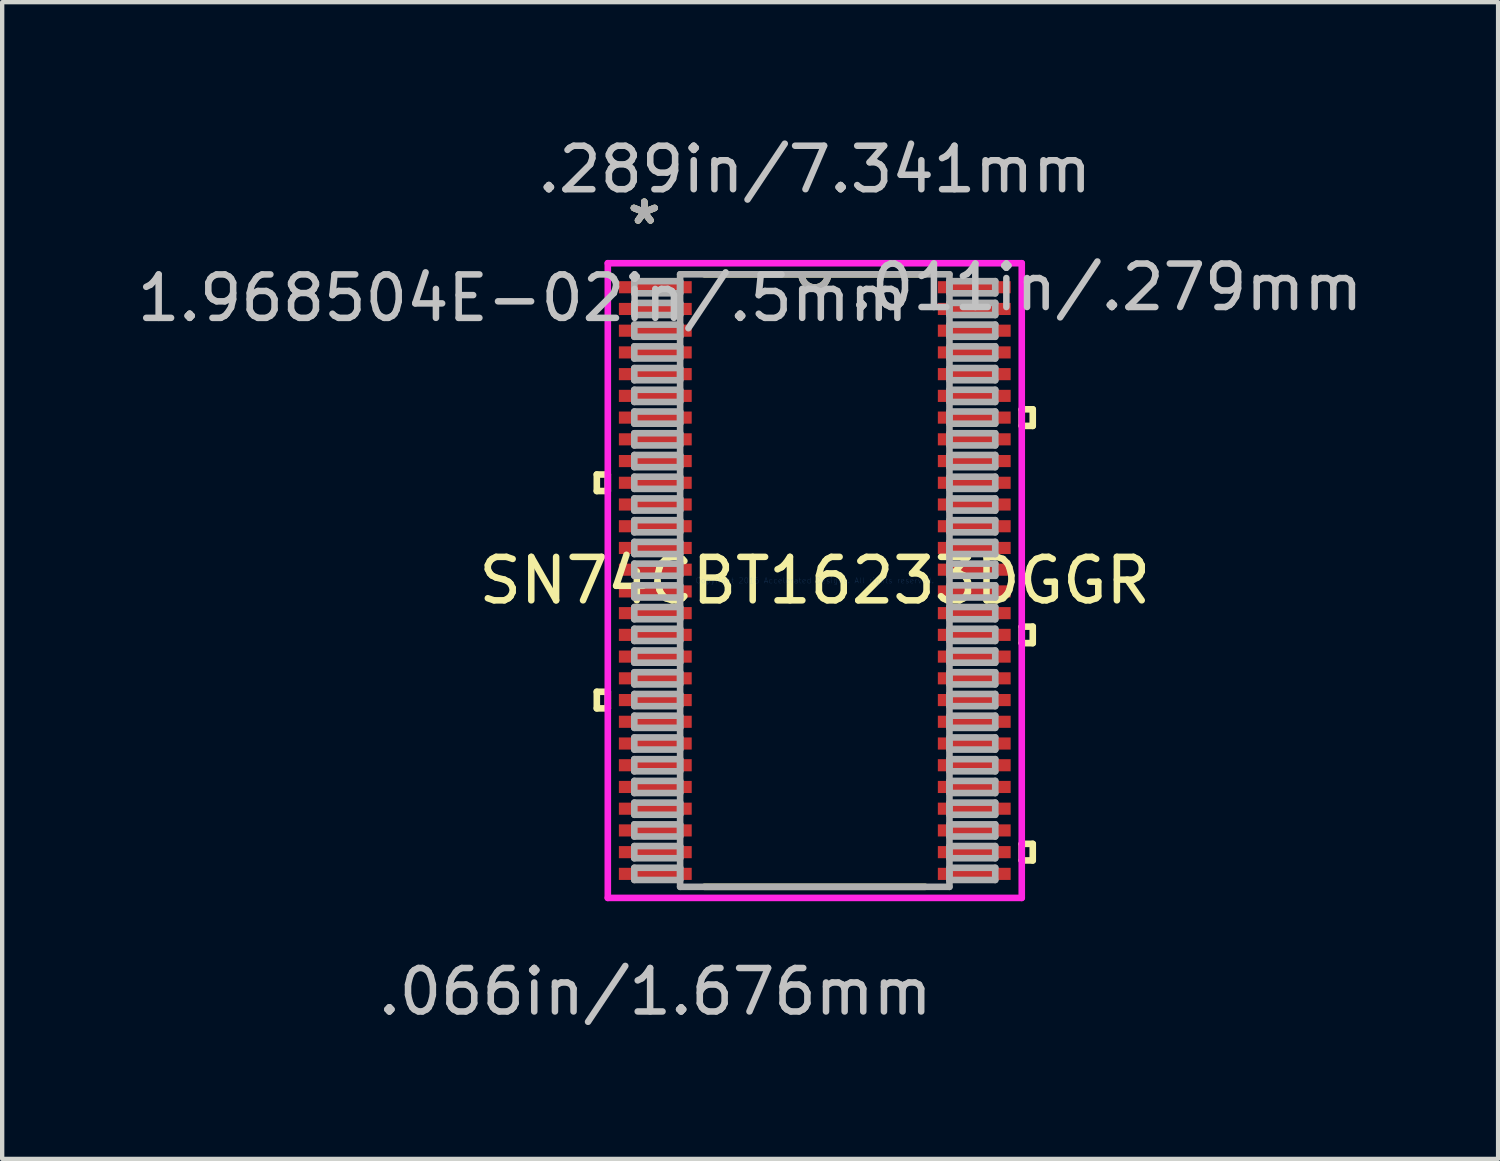
<source format=kicad_pcb>
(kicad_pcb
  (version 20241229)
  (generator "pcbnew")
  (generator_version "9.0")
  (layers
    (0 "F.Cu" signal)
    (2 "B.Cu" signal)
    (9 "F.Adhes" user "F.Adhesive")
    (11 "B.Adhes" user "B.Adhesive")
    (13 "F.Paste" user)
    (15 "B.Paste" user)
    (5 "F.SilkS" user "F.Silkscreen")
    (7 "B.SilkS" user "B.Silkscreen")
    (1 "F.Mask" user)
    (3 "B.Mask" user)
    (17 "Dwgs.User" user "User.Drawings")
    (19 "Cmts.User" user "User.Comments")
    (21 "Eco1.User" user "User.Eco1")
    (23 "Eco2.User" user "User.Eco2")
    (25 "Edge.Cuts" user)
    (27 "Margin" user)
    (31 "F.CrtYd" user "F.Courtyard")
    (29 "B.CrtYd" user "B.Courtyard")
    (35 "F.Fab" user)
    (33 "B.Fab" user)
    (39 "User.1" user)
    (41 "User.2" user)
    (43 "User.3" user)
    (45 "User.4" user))
  (footprint "SN74CBT16233DGGR"
    (layer "F.Cu")
    (at 15.7 10.31)
    (property "Reference" "SN74CBT16233DGGR" (at 0 0 0) (layer "F.SilkS") (effects (font (size 1 1) (thickness 0.15))))
    (attr through_hole)
    (fp_line (start -5.016 -2.441) (end -5.016 -2.06) (stroke (width 0.152) (type solid)) (layer "F.SilkS"))
    (fp_line (start -5.016 -2.06) (end -4.763 -2.06) (stroke (width 0.152) (type solid)) (layer "F.SilkS"))
    (fp_line (start -5.016 2.559) (end -5.016 2.941) (stroke (width 0.152) (type solid)) (layer "F.SilkS"))
    (fp_line (start -5.016 2.941) (end -4.763 2.941) (stroke (width 0.152) (type solid)) (layer "F.SilkS"))
    (fp_line (start -4.763 -2.441) (end -5.016 -2.441) (stroke (width 0.152) (type solid)) (layer "F.SilkS"))
    (fp_line (start -4.763 -2.06) (end -4.763 -2.441) (stroke (width 0.152) (type solid)) (layer "F.SilkS"))
    (fp_line (start -4.763 2.559) (end -5.016 2.559) (stroke (width 0.152) (type solid)) (layer "F.SilkS"))
    (fp_line (start -4.763 2.941) (end -4.763 2.559) (stroke (width 0.152) (type solid)) (layer "F.SilkS"))
    (fp_line (start -2.54 7.048) (end 2.54 7.048) (stroke (width 0.152) (type solid)) (layer "F.SilkS"))
    (fp_line (start 2.54 -7.048) (end -2.54 -7.048) (stroke (width 0.152) (type solid)) (layer "F.SilkS"))
    (fp_line (start 4.763 -3.941) (end 5.016 -3.941) (stroke (width 0.152) (type solid)) (layer "F.SilkS"))
    (fp_line (start 4.763 -3.559) (end 4.763 -3.941) (stroke (width 0.152) (type solid)) (layer "F.SilkS"))
    (fp_line (start 4.763 1.06) (end 5.016 1.06) (stroke (width 0.152) (type solid)) (layer "F.SilkS"))
    (fp_line (start 4.763 1.44) (end 4.763 1.06) (stroke (width 0.152) (type solid)) (layer "F.SilkS"))
    (fp_line (start 4.763 6.059) (end 5.016 6.059) (stroke (width 0.152) (type solid)) (layer "F.SilkS"))
    (fp_line (start 4.763 6.441) (end 4.763 6.059) (stroke (width 0.152) (type solid)) (layer "F.SilkS"))
    (fp_line (start 5.016 -3.941) (end 5.016 -3.559) (stroke (width 0.152) (type solid)) (layer "F.SilkS"))
    (fp_line (start 5.016 -3.559) (end 4.763 -3.559) (stroke (width 0.152) (type solid)) (layer "F.SilkS"))
    (fp_line (start 5.016 1.06) (end 5.016 1.44) (stroke (width 0.152) (type solid)) (layer "F.SilkS"))
    (fp_line (start 5.016 1.44) (end 4.763 1.44) (stroke (width 0.152) (type solid)) (layer "F.SilkS"))
    (fp_line (start 5.016 6.059) (end 5.016 6.441) (stroke (width 0.152) (type solid)) (layer "F.SilkS"))
    (fp_line (start 5.016 6.441) (end 4.763 6.441) (stroke (width 0.152) (type solid)) (layer "F.SilkS"))
    (fp_arc (start 0.3048 -7.0485) (mid 0 -6.7437) (end -0.3048 -7.0485) (stroke (width 0.1524) (type solid)) (layer "F.SilkS"))
    (fp_line (start -4.763 -7.303) (end 4.763 -7.303) (stroke (width 0.152) (type solid)) (layer "F.CrtYd"))
    (fp_line (start -4.763 7.303) (end -4.763 -7.303) (stroke (width 0.152) (type solid)) (layer "F.CrtYd"))
    (fp_line (start 4.763 -7.303) (end 4.763 7.303) (stroke (width 0.152) (type solid)) (layer "F.CrtYd"))
    (fp_line (start 4.763 7.303) (end -4.763 7.303) (stroke (width 0.152) (type solid)) (layer "F.CrtYd"))
    (fp_line (start -4.153 -6.89) (end -4.153 -6.61) (stroke (width 0.152) (type solid)) (layer "F.Fab"))
    (fp_line (start -4.153 -6.61) (end -3.099 -6.61) (stroke (width 0.152) (type solid)) (layer "F.Fab"))
    (fp_line (start -4.153 -6.39) (end -4.153 -6.11) (stroke (width 0.152) (type solid)) (layer "F.Fab"))
    (fp_line (start -4.153 -6.11) (end -3.099 -6.11) (stroke (width 0.152) (type solid)) (layer "F.Fab"))
    (fp_line (start -4.153 -5.89) (end -4.153 -5.61) (stroke (width 0.152) (type solid)) (layer "F.Fab"))
    (fp_line (start -4.153 -5.61) (end -3.099 -5.61) (stroke (width 0.152) (type solid)) (layer "F.Fab"))
    (fp_line (start -4.153 -5.39) (end -4.153 -5.11) (stroke (width 0.152) (type solid)) (layer "F.Fab"))
    (fp_line (start -4.153 -5.11) (end -3.099 -5.11) (stroke (width 0.152) (type solid)) (layer "F.Fab"))
    (fp_line (start -4.153 -4.89) (end -4.153 -4.61) (stroke (width 0.152) (type solid)) (layer "F.Fab"))
    (fp_line (start -4.153 -4.61) (end -3.099 -4.61) (stroke (width 0.152) (type solid)) (layer "F.Fab"))
    (fp_line (start -4.153 -4.39) (end -4.153 -4.11) (stroke (width 0.152) (type solid)) (layer "F.Fab"))
    (fp_line (start -4.153 -4.11) (end -3.099 -4.11) (stroke (width 0.152) (type solid)) (layer "F.Fab"))
    (fp_line (start -4.153 -3.89) (end -4.153 -3.61) (stroke (width 0.152) (type solid)) (layer "F.Fab"))
    (fp_line (start -4.153 -3.61) (end -3.099 -3.61) (stroke (width 0.152) (type solid)) (layer "F.Fab"))
    (fp_line (start -4.153 -3.39) (end -4.153 -3.11) (stroke (width 0.152) (type solid)) (layer "F.Fab"))
    (fp_line (start -4.153 -3.11) (end -3.099 -3.11) (stroke (width 0.152) (type solid)) (layer "F.Fab"))
    (fp_line (start -4.153 -2.89) (end -4.153 -2.61) (stroke (width 0.152) (type solid)) (layer "F.Fab"))
    (fp_line (start -4.153 -2.61) (end -3.099 -2.61) (stroke (width 0.152) (type solid)) (layer "F.Fab"))
    (fp_line (start -4.153 -2.39) (end -4.153 -2.11) (stroke (width 0.152) (type solid)) (layer "F.Fab"))
    (fp_line (start -4.153 -2.11) (end -3.099 -2.11) (stroke (width 0.152) (type solid)) (layer "F.Fab"))
    (fp_line (start -4.153 -1.89) (end -4.153 -1.61) (stroke (width 0.152) (type solid)) (layer "F.Fab"))
    (fp_line (start -4.153 -1.61) (end -3.099 -1.61) (stroke (width 0.152) (type solid)) (layer "F.Fab"))
    (fp_line (start -4.153 -1.39) (end -4.153 -1.11) (stroke (width 0.152) (type solid)) (layer "F.Fab"))
    (fp_line (start -4.153 -1.11) (end -3.099 -1.11) (stroke (width 0.152) (type solid)) (layer "F.Fab"))
    (fp_line (start -4.153 -0.89) (end -4.153 -0.61) (stroke (width 0.152) (type solid)) (layer "F.Fab"))
    (fp_line (start -4.153 -0.61) (end -3.099 -0.61) (stroke (width 0.152) (type solid)) (layer "F.Fab"))
    (fp_line (start -4.153 -0.39) (end -4.153 -0.11) (stroke (width 0.152) (type solid)) (layer "F.Fab"))
    (fp_line (start -4.153 -0.11) (end -3.099 -0.11) (stroke (width 0.152) (type solid)) (layer "F.Fab"))
    (fp_line (start -4.153 0.11) (end -4.153 0.39) (stroke (width 0.152) (type solid)) (layer "F.Fab"))
    (fp_line (start -4.153 0.39) (end -3.099 0.39) (stroke (width 0.152) (type solid)) (layer "F.Fab"))
    (fp_line (start -4.153 0.61) (end -4.153 0.89) (stroke (width 0.152) (type solid)) (layer "F.Fab"))
    (fp_line (start -4.153 0.89) (end -3.099 0.89) (stroke (width 0.152) (type solid)) (layer "F.Fab"))
    (fp_line (start -4.153 1.11) (end -4.153 1.39) (stroke (width 0.152) (type solid)) (layer "F.Fab"))
    (fp_line (start -4.153 1.39) (end -3.099 1.39) (stroke (width 0.152) (type solid)) (layer "F.Fab"))
    (fp_line (start -4.153 1.61) (end -4.153 1.89) (stroke (width 0.152) (type solid)) (layer "F.Fab"))
    (fp_line (start -4.153 1.89) (end -3.099 1.89) (stroke (width 0.152) (type solid)) (layer "F.Fab"))
    (fp_line (start -4.153 2.11) (end -4.153 2.39) (stroke (width 0.152) (type solid)) (layer "F.Fab"))
    (fp_line (start -4.153 2.39) (end -3.099 2.39) (stroke (width 0.152) (type solid)) (layer "F.Fab"))
    (fp_line (start -4.153 2.61) (end -4.153 2.89) (stroke (width 0.152) (type solid)) (layer "F.Fab"))
    (fp_line (start -4.153 2.89) (end -3.099 2.89) (stroke (width 0.152) (type solid)) (layer "F.Fab"))
    (fp_line (start -4.153 3.11) (end -4.153 3.39) (stroke (width 0.152) (type solid)) (layer "F.Fab"))
    (fp_line (start -4.153 3.39) (end -3.099 3.39) (stroke (width 0.152) (type solid)) (layer "F.Fab"))
    (fp_line (start -4.153 3.61) (end -4.153 3.89) (stroke (width 0.152) (type solid)) (layer "F.Fab"))
    (fp_line (start -4.153 3.89) (end -3.099 3.89) (stroke (width 0.152) (type solid)) (layer "F.Fab"))
    (fp_line (start -4.153 4.11) (end -4.153 4.39) (stroke (width 0.152) (type solid)) (layer "F.Fab"))
    (fp_line (start -4.153 4.39) (end -3.099 4.39) (stroke (width 0.152) (type solid)) (layer "F.Fab"))
    (fp_line (start -4.153 4.61) (end -4.153 4.89) (stroke (width 0.152) (type solid)) (layer "F.Fab"))
    (fp_line (start -4.153 4.89) (end -3.099 4.89) (stroke (width 0.152) (type solid)) (layer "F.Fab"))
    (fp_line (start -4.153 5.11) (end -4.153 5.39) (stroke (width 0.152) (type solid)) (layer "F.Fab"))
    (fp_line (start -4.153 5.39) (end -3.099 5.39) (stroke (width 0.152) (type solid)) (layer "F.Fab"))
    (fp_line (start -4.153 5.61) (end -4.153 5.89) (stroke (width 0.152) (type solid)) (layer "F.Fab"))
    (fp_line (start -4.153 5.89) (end -3.099 5.89) (stroke (width 0.152) (type solid)) (layer "F.Fab"))
    (fp_line (start -4.153 6.11) (end -4.153 6.39) (stroke (width 0.152) (type solid)) (layer "F.Fab"))
    (fp_line (start -4.153 6.39) (end -3.099 6.39) (stroke (width 0.152) (type solid)) (layer "F.Fab"))
    (fp_line (start -4.153 6.61) (end -4.153 6.89) (stroke (width 0.152) (type solid)) (layer "F.Fab"))
    (fp_line (start -4.153 6.89) (end -3.099 6.89) (stroke (width 0.152) (type solid)) (layer "F.Fab"))
    (fp_line (start -3.099 -7.048) (end -3.099 7.048) (stroke (width 0.152) (type solid)) (layer "F.Fab"))
    (fp_line (start -3.099 -6.89) (end -4.153 -6.89) (stroke (width 0.152) (type solid)) (layer "F.Fab"))
    (fp_line (start -3.099 -6.61) (end -3.099 -6.89) (stroke (width 0.152) (type solid)) (layer "F.Fab"))
    (fp_line (start -3.099 -6.39) (end -4.153 -6.39) (stroke (width 0.152) (type solid)) (layer "F.Fab"))
    (fp_line (start -3.099 -6.11) (end -3.099 -6.39) (stroke (width 0.152) (type solid)) (layer "F.Fab"))
    (fp_line (start -3.099 -5.89) (end -4.153 -5.89) (stroke (width 0.152) (type solid)) (layer "F.Fab"))
    (fp_line (start -3.099 -5.61) (end -3.099 -5.89) (stroke (width 0.152) (type solid)) (layer "F.Fab"))
    (fp_line (start -3.099 -5.39) (end -4.153 -5.39) (stroke (width 0.152) (type solid)) (layer "F.Fab"))
    (fp_line (start -3.099 -5.11) (end -3.099 -5.39) (stroke (width 0.152) (type solid)) (layer "F.Fab"))
    (fp_line (start -3.099 -4.89) (end -4.153 -4.89) (stroke (width 0.152) (type solid)) (layer "F.Fab"))
    (fp_line (start -3.099 -4.61) (end -3.099 -4.89) (stroke (width 0.152) (type solid)) (layer "F.Fab"))
    (fp_line (start -3.099 -4.39) (end -4.153 -4.39) (stroke (width 0.152) (type solid)) (layer "F.Fab"))
    (fp_line (start -3.099 -4.11) (end -3.099 -4.39) (stroke (width 0.152) (type solid)) (layer "F.Fab"))
    (fp_line (start -3.099 -3.89) (end -4.153 -3.89) (stroke (width 0.152) (type solid)) (layer "F.Fab"))
    (fp_line (start -3.099 -3.61) (end -3.099 -3.89) (stroke (width 0.152) (type solid)) (layer "F.Fab"))
    (fp_line (start -3.099 -3.39) (end -4.153 -3.39) (stroke (width 0.152) (type solid)) (layer "F.Fab"))
    (fp_line (start -3.099 -3.11) (end -3.099 -3.39) (stroke (width 0.152) (type solid)) (layer "F.Fab"))
    (fp_line (start -3.099 -2.89) (end -4.153 -2.89) (stroke (width 0.152) (type solid)) (layer "F.Fab"))
    (fp_line (start -3.099 -2.61) (end -3.099 -2.89) (stroke (width 0.152) (type solid)) (layer "F.Fab"))
    (fp_line (start -3.099 -2.39) (end -4.153 -2.39) (stroke (width 0.152) (type solid)) (layer "F.Fab"))
    (fp_line (start -3.099 -2.11) (end -3.099 -2.39) (stroke (width 0.152) (type solid)) (layer "F.Fab"))
    (fp_line (start -3.099 -1.89) (end -4.153 -1.89) (stroke (width 0.152) (type solid)) (layer "F.Fab"))
    (fp_line (start -3.099 -1.61) (end -3.099 -1.89) (stroke (width 0.152) (type solid)) (layer "F.Fab"))
    (fp_line (start -3.099 -1.39) (end -4.153 -1.39) (stroke (width 0.152) (type solid)) (layer "F.Fab"))
    (fp_line (start -3.099 -1.11) (end -3.099 -1.39) (stroke (width 0.152) (type solid)) (layer "F.Fab"))
    (fp_line (start -3.099 -0.89) (end -4.153 -0.89) (stroke (width 0.152) (type solid)) (layer "F.Fab"))
    (fp_line (start -3.099 -0.61) (end -3.099 -0.89) (stroke (width 0.152) (type solid)) (layer "F.Fab"))
    (fp_line (start -3.099 -0.39) (end -4.153 -0.39) (stroke (width 0.152) (type solid)) (layer "F.Fab"))
    (fp_line (start -3.099 -0.11) (end -3.099 -0.39) (stroke (width 0.152) (type solid)) (layer "F.Fab"))
    (fp_line (start -3.099 0.11) (end -4.153 0.11) (stroke (width 0.152) (type solid)) (layer "F.Fab"))
    (fp_line (start -3.099 0.39) (end -3.099 0.11) (stroke (width 0.152) (type solid)) (layer "F.Fab"))
    (fp_line (start -3.099 0.61) (end -4.153 0.61) (stroke (width 0.152) (type solid)) (layer "F.Fab"))
    (fp_line (start -3.099 0.89) (end -3.099 0.61) (stroke (width 0.152) (type solid)) (layer "F.Fab"))
    (fp_line (start -3.099 1.11) (end -4.153 1.11) (stroke (width 0.152) (type solid)) (layer "F.Fab"))
    (fp_line (start -3.099 1.39) (end -3.099 1.11) (stroke (width 0.152) (type solid)) (layer "F.Fab"))
    (fp_line (start -3.099 1.61) (end -4.153 1.61) (stroke (width 0.152) (type solid)) (layer "F.Fab"))
    (fp_line (start -3.099 1.89) (end -3.099 1.61) (stroke (width 0.152) (type solid)) (layer "F.Fab"))
    (fp_line (start -3.099 2.11) (end -4.153 2.11) (stroke (width 0.152) (type solid)) (layer "F.Fab"))
    (fp_line (start -3.099 2.39) (end -3.099 2.11) (stroke (width 0.152) (type solid)) (layer "F.Fab"))
    (fp_line (start -3.099 2.61) (end -4.153 2.61) (stroke (width 0.152) (type solid)) (layer "F.Fab"))
    (fp_line (start -3.099 2.89) (end -3.099 2.61) (stroke (width 0.152) (type solid)) (layer "F.Fab"))
    (fp_line (start -3.099 3.11) (end -4.153 3.11) (stroke (width 0.152) (type solid)) (layer "F.Fab"))
    (fp_line (start -3.099 3.39) (end -3.099 3.11) (stroke (width 0.152) (type solid)) (layer "F.Fab"))
    (fp_line (start -3.099 3.61) (end -4.153 3.61) (stroke (width 0.152) (type solid)) (layer "F.Fab"))
    (fp_line (start -3.099 3.89) (end -3.099 3.61) (stroke (width 0.152) (type solid)) (layer "F.Fab"))
    (fp_line (start -3.099 4.11) (end -4.153 4.11) (stroke (width 0.152) (type solid)) (layer "F.Fab"))
    (fp_line (start -3.099 4.39) (end -3.099 4.11) (stroke (width 0.152) (type solid)) (layer "F.Fab"))
    (fp_line (start -3.099 4.61) (end -4.153 4.61) (stroke (width 0.152) (type solid)) (layer "F.Fab"))
    (fp_line (start -3.099 4.89) (end -3.099 4.61) (stroke (width 0.152) (type solid)) (layer "F.Fab"))
    (fp_line (start -3.099 5.11) (end -4.153 5.11) (stroke (width 0.152) (type solid)) (layer "F.Fab"))
    (fp_line (start -3.099 5.39) (end -3.099 5.11) (stroke (width 0.152) (type solid)) (layer "F.Fab"))
    (fp_line (start -3.099 5.61) (end -4.153 5.61) (stroke (width 0.152) (type solid)) (layer "F.Fab"))
    (fp_line (start -3.099 5.89) (end -3.099 5.61) (stroke (width 0.152) (type solid)) (layer "F.Fab"))
    (fp_line (start -3.099 6.11) (end -4.153 6.11) (stroke (width 0.152) (type solid)) (layer "F.Fab"))
    (fp_line (start -3.099 6.39) (end -3.099 6.11) (stroke (width 0.152) (type solid)) (layer "F.Fab"))
    (fp_line (start -3.099 6.61) (end -4.153 6.61) (stroke (width 0.152) (type solid)) (layer "F.Fab"))
    (fp_line (start -3.099 6.89) (end -3.099 6.61) (stroke (width 0.152) (type solid)) (layer "F.Fab"))
    (fp_line (start -3.099 7.048) (end 3.099 7.048) (stroke (width 0.152) (type solid)) (layer "F.Fab"))
    (fp_line (start 3.099 -7.048) (end -3.099 -7.048) (stroke (width 0.152) (type solid)) (layer "F.Fab"))
    (fp_line (start 3.099 -6.89) (end 3.099 -6.61) (stroke (width 0.152) (type solid)) (layer "F.Fab"))
    (fp_line (start 3.099 -6.61) (end 4.153 -6.61) (stroke (width 0.152) (type solid)) (layer "F.Fab"))
    (fp_line (start 3.099 -6.39) (end 3.099 -6.11) (stroke (width 0.152) (type solid)) (layer "F.Fab"))
    (fp_line (start 3.099 -6.11) (end 4.153 -6.11) (stroke (width 0.152) (type solid)) (layer "F.Fab"))
    (fp_line (start 3.099 -5.89) (end 3.099 -5.61) (stroke (width 0.152) (type solid)) (layer "F.Fab"))
    (fp_line (start 3.099 -5.61) (end 4.153 -5.61) (stroke (width 0.152) (type solid)) (layer "F.Fab"))
    (fp_line (start 3.099 -5.39) (end 3.099 -5.11) (stroke (width 0.152) (type solid)) (layer "F.Fab"))
    (fp_line (start 3.099 -5.11) (end 4.153 -5.11) (stroke (width 0.152) (type solid)) (layer "F.Fab"))
    (fp_line (start 3.099 -4.89) (end 3.099 -4.61) (stroke (width 0.152) (type solid)) (layer "F.Fab"))
    (fp_line (start 3.099 -4.61) (end 4.153 -4.61) (stroke (width 0.152) (type solid)) (layer "F.Fab"))
    (fp_line (start 3.099 -4.39) (end 3.099 -4.11) (stroke (width 0.152) (type solid)) (layer "F.Fab"))
    (fp_line (start 3.099 -4.11) (end 4.153 -4.11) (stroke (width 0.152) (type solid)) (layer "F.Fab"))
    (fp_line (start 3.099 -3.89) (end 3.099 -3.61) (stroke (width 0.152) (type solid)) (layer "F.Fab"))
    (fp_line (start 3.099 -3.61) (end 4.153 -3.61) (stroke (width 0.152) (type solid)) (layer "F.Fab"))
    (fp_line (start 3.099 -3.39) (end 3.099 -3.11) (stroke (width 0.152) (type solid)) (layer "F.Fab"))
    (fp_line (start 3.099 -3.11) (end 4.153 -3.11) (stroke (width 0.152) (type solid)) (layer "F.Fab"))
    (fp_line (start 3.099 -2.89) (end 3.099 -2.61) (stroke (width 0.152) (type solid)) (layer "F.Fab"))
    (fp_line (start 3.099 -2.61) (end 4.153 -2.61) (stroke (width 0.152) (type solid)) (layer "F.Fab"))
    (fp_line (start 3.099 -2.39) (end 3.099 -2.11) (stroke (width 0.152) (type solid)) (layer "F.Fab"))
    (fp_line (start 3.099 -2.11) (end 4.153 -2.11) (stroke (width 0.152) (type solid)) (layer "F.Fab"))
    (fp_line (start 3.099 -1.89) (end 3.099 -1.61) (stroke (width 0.152) (type solid)) (layer "F.Fab"))
    (fp_line (start 3.099 -1.61) (end 4.153 -1.61) (stroke (width 0.152) (type solid)) (layer "F.Fab"))
    (fp_line (start 3.099 -1.39) (end 3.099 -1.11) (stroke (width 0.152) (type solid)) (layer "F.Fab"))
    (fp_line (start 3.099 -1.11) (end 4.153 -1.11) (stroke (width 0.152) (type solid)) (layer "F.Fab"))
    (fp_line (start 3.099 -0.89) (end 3.099 -0.61) (stroke (width 0.152) (type solid)) (layer "F.Fab"))
    (fp_line (start 3.099 -0.61) (end 4.153 -0.61) (stroke (width 0.152) (type solid)) (layer "F.Fab"))
    (fp_line (start 3.099 -0.39) (end 3.099 -0.11) (stroke (width 0.152) (type solid)) (layer "F.Fab"))
    (fp_line (start 3.099 -0.11) (end 4.153 -0.11) (stroke (width 0.152) (type solid)) (layer "F.Fab"))
    (fp_line (start 3.099 0.11) (end 3.099 0.39) (stroke (width 0.152) (type solid)) (layer "F.Fab"))
    (fp_line (start 3.099 0.39) (end 4.153 0.39) (stroke (width 0.152) (type solid)) (layer "F.Fab"))
    (fp_line (start 3.099 0.61) (end 3.099 0.89) (stroke (width 0.152) (type solid)) (layer "F.Fab"))
    (fp_line (start 3.099 0.89) (end 4.153 0.89) (stroke (width 0.152) (type solid)) (layer "F.Fab"))
    (fp_line (start 3.099 1.11) (end 3.099 1.39) (stroke (width 0.152) (type solid)) (layer "F.Fab"))
    (fp_line (start 3.099 1.39) (end 4.153 1.39) (stroke (width 0.152) (type solid)) (layer "F.Fab"))
    (fp_line (start 3.099 1.61) (end 3.099 1.89) (stroke (width 0.152) (type solid)) (layer "F.Fab"))
    (fp_line (start 3.099 1.89) (end 4.153 1.89) (stroke (width 0.152) (type solid)) (layer "F.Fab"))
    (fp_line (start 3.099 2.11) (end 3.099 2.39) (stroke (width 0.152) (type solid)) (layer "F.Fab"))
    (fp_line (start 3.099 2.39) (end 4.153 2.39) (stroke (width 0.152) (type solid)) (layer "F.Fab"))
    (fp_line (start 3.099 2.61) (end 3.099 2.89) (stroke (width 0.152) (type solid)) (layer "F.Fab"))
    (fp_line (start 3.099 2.89) (end 4.153 2.89) (stroke (width 0.152) (type solid)) (layer "F.Fab"))
    (fp_line (start 3.099 3.11) (end 3.099 3.39) (stroke (width 0.152) (type solid)) (layer "F.Fab"))
    (fp_line (start 3.099 3.39) (end 4.153 3.39) (stroke (width 0.152) (type solid)) (layer "F.Fab"))
    (fp_line (start 3.099 3.61) (end 3.099 3.89) (stroke (width 0.152) (type solid)) (layer "F.Fab"))
    (fp_line (start 3.099 3.89) (end 4.153 3.89) (stroke (width 0.152) (type solid)) (layer "F.Fab"))
    (fp_line (start 3.099 4.11) (end 3.099 4.39) (stroke (width 0.152) (type solid)) (layer "F.Fab"))
    (fp_line (start 3.099 4.39) (end 4.153 4.39) (stroke (width 0.152) (type solid)) (layer "F.Fab"))
    (fp_line (start 3.099 4.61) (end 3.099 4.89) (stroke (width 0.152) (type solid)) (layer "F.Fab"))
    (fp_line (start 3.099 4.89) (end 4.153 4.89) (stroke (width 0.152) (type solid)) (layer "F.Fab"))
    (fp_line (start 3.099 5.11) (end 3.099 5.39) (stroke (width 0.152) (type solid)) (layer "F.Fab"))
    (fp_line (start 3.099 5.39) (end 4.153 5.39) (stroke (width 0.152) (type solid)) (layer "F.Fab"))
    (fp_line (start 3.099 5.61) (end 3.099 5.89) (stroke (width 0.152) (type solid)) (layer "F.Fab"))
    (fp_line (start 3.099 5.89) (end 4.153 5.89) (stroke (width 0.152) (type solid)) (layer "F.Fab"))
    (fp_line (start 3.099 6.11) (end 3.099 6.39) (stroke (width 0.152) (type solid)) (layer "F.Fab"))
    (fp_line (start 3.099 6.39) (end 4.153 6.39) (stroke (width 0.152) (type solid)) (layer "F.Fab"))
    (fp_line (start 3.099 6.61) (end 3.099 6.89) (stroke (width 0.152) (type solid)) (layer "F.Fab"))
    (fp_line (start 3.099 6.89) (end 4.153 6.89) (stroke (width 0.152) (type solid)) (layer "F.Fab"))
    (fp_line (start 3.099 7.048) (end 3.099 -7.048) (stroke (width 0.152) (type solid)) (layer "F.Fab"))
    (fp_line (start 4.153 -6.89) (end 3.099 -6.89) (stroke (width 0.152) (type solid)) (layer "F.Fab"))
    (fp_line (start 4.153 -6.61) (end 4.153 -6.89) (stroke (width 0.152) (type solid)) (layer "F.Fab"))
    (fp_line (start 4.153 -6.39) (end 3.099 -6.39) (stroke (width 0.152) (type solid)) (layer "F.Fab"))
    (fp_line (start 4.153 -6.11) (end 4.153 -6.39) (stroke (width 0.152) (type solid)) (layer "F.Fab"))
    (fp_line (start 4.153 -5.89) (end 3.099 -5.89) (stroke (width 0.152) (type solid)) (layer "F.Fab"))
    (fp_line (start 4.153 -5.61) (end 4.153 -5.89) (stroke (width 0.152) (type solid)) (layer "F.Fab"))
    (fp_line (start 4.153 -5.39) (end 3.099 -5.39) (stroke (width 0.152) (type solid)) (layer "F.Fab"))
    (fp_line (start 4.153 -5.11) (end 4.153 -5.39) (stroke (width 0.152) (type solid)) (layer "F.Fab"))
    (fp_line (start 4.153 -4.89) (end 3.099 -4.89) (stroke (width 0.152) (type solid)) (layer "F.Fab"))
    (fp_line (start 4.153 -4.61) (end 4.153 -4.89) (stroke (width 0.152) (type solid)) (layer "F.Fab"))
    (fp_line (start 4.153 -4.39) (end 3.099 -4.39) (stroke (width 0.152) (type solid)) (layer "F.Fab"))
    (fp_line (start 4.153 -4.11) (end 4.153 -4.39) (stroke (width 0.152) (type solid)) (layer "F.Fab"))
    (fp_line (start 4.153 -3.89) (end 3.099 -3.89) (stroke (width 0.152) (type solid)) (layer "F.Fab"))
    (fp_line (start 4.153 -3.61) (end 4.153 -3.89) (stroke (width 0.152) (type solid)) (layer "F.Fab"))
    (fp_line (start 4.153 -3.39) (end 3.099 -3.39) (stroke (width 0.152) (type solid)) (layer "F.Fab"))
    (fp_line (start 4.153 -3.11) (end 4.153 -3.39) (stroke (width 0.152) (type solid)) (layer "F.Fab"))
    (fp_line (start 4.153 -2.89) (end 3.099 -2.89) (stroke (width 0.152) (type solid)) (layer "F.Fab"))
    (fp_line (start 4.153 -2.61) (end 4.153 -2.89) (stroke (width 0.152) (type solid)) (layer "F.Fab"))
    (fp_line (start 4.153 -2.39) (end 3.099 -2.39) (stroke (width 0.152) (type solid)) (layer "F.Fab"))
    (fp_line (start 4.153 -2.11) (end 4.153 -2.39) (stroke (width 0.152) (type solid)) (layer "F.Fab"))
    (fp_line (start 4.153 -1.89) (end 3.099 -1.89) (stroke (width 0.152) (type solid)) (layer "F.Fab"))
    (fp_line (start 4.153 -1.61) (end 4.153 -1.89) (stroke (width 0.152) (type solid)) (layer "F.Fab"))
    (fp_line (start 4.153 -1.39) (end 3.099 -1.39) (stroke (width 0.152) (type solid)) (layer "F.Fab"))
    (fp_line (start 4.153 -1.11) (end 4.153 -1.39) (stroke (width 0.152) (type solid)) (layer "F.Fab"))
    (fp_line (start 4.153 -0.89) (end 3.099 -0.89) (stroke (width 0.152) (type solid)) (layer "F.Fab"))
    (fp_line (start 4.153 -0.61) (end 4.153 -0.89) (stroke (width 0.152) (type solid)) (layer "F.Fab"))
    (fp_line (start 4.153 -0.39) (end 3.099 -0.39) (stroke (width 0.152) (type solid)) (layer "F.Fab"))
    (fp_line (start 4.153 -0.11) (end 4.153 -0.39) (stroke (width 0.152) (type solid)) (layer "F.Fab"))
    (fp_line (start 4.153 0.11) (end 3.099 0.11) (stroke (width 0.152) (type solid)) (layer "F.Fab"))
    (fp_line (start 4.153 0.39) (end 4.153 0.11) (stroke (width 0.152) (type solid)) (layer "F.Fab"))
    (fp_line (start 4.153 0.61) (end 3.099 0.61) (stroke (width 0.152) (type solid)) (layer "F.Fab"))
    (fp_line (start 4.153 0.89) (end 4.153 0.61) (stroke (width 0.152) (type solid)) (layer "F.Fab"))
    (fp_line (start 4.153 1.11) (end 3.099 1.11) (stroke (width 0.152) (type solid)) (layer "F.Fab"))
    (fp_line (start 4.153 1.39) (end 4.153 1.11) (stroke (width 0.152) (type solid)) (layer "F.Fab"))
    (fp_line (start 4.153 1.61) (end 3.099 1.61) (stroke (width 0.152) (type solid)) (layer "F.Fab"))
    (fp_line (start 4.153 1.89) (end 4.153 1.61) (stroke (width 0.152) (type solid)) (layer "F.Fab"))
    (fp_line (start 4.153 2.11) (end 3.099 2.11) (stroke (width 0.152) (type solid)) (layer "F.Fab"))
    (fp_line (start 4.153 2.39) (end 4.153 2.11) (stroke (width 0.152) (type solid)) (layer "F.Fab"))
    (fp_line (start 4.153 2.61) (end 3.099 2.61) (stroke (width 0.152) (type solid)) (layer "F.Fab"))
    (fp_line (start 4.153 2.89) (end 4.153 2.61) (stroke (width 0.152) (type solid)) (layer "F.Fab"))
    (fp_line (start 4.153 3.11) (end 3.099 3.11) (stroke (width 0.152) (type solid)) (layer "F.Fab"))
    (fp_line (start 4.153 3.39) (end 4.153 3.11) (stroke (width 0.152) (type solid)) (layer "F.Fab"))
    (fp_line (start 4.153 3.61) (end 3.099 3.61) (stroke (width 0.152) (type solid)) (layer "F.Fab"))
    (fp_line (start 4.153 3.89) (end 4.153 3.61) (stroke (width 0.152) (type solid)) (layer "F.Fab"))
    (fp_line (start 4.153 4.11) (end 3.099 4.11) (stroke (width 0.152) (type solid)) (layer "F.Fab"))
    (fp_line (start 4.153 4.39) (end 4.153 4.11) (stroke (width 0.152) (type solid)) (layer "F.Fab"))
    (fp_line (start 4.153 4.61) (end 3.099 4.61) (stroke (width 0.152) (type solid)) (layer "F.Fab"))
    (fp_line (start 4.153 4.89) (end 4.153 4.61) (stroke (width 0.152) (type solid)) (layer "F.Fab"))
    (fp_line (start 4.153 5.11) (end 3.099 5.11) (stroke (width 0.152) (type solid)) (layer "F.Fab"))
    (fp_line (start 4.153 5.39) (end 4.153 5.11) (stroke (width 0.152) (type solid)) (layer "F.Fab"))
    (fp_line (start 4.153 5.61) (end 3.099 5.61) (stroke (width 0.152) (type solid)) (layer "F.Fab"))
    (fp_line (start 4.153 5.89) (end 4.153 5.61) (stroke (width 0.152) (type solid)) (layer "F.Fab"))
    (fp_line (start 4.153 6.11) (end 3.099 6.11) (stroke (width 0.152) (type solid)) (layer "F.Fab"))
    (fp_line (start 4.153 6.39) (end 4.153 6.11) (stroke (width 0.152) (type solid)) (layer "F.Fab"))
    (fp_line (start 4.153 6.61) (end 3.099 6.61) (stroke (width 0.152) (type solid)) (layer "F.Fab"))
    (fp_line (start 4.153 6.89) (end 4.153 6.61) (stroke (width 0.152) (type solid)) (layer "F.Fab"))
    (fp_arc (start 0.3048 -7.0485) (mid 0 -6.7437) (end -0.3048 -7.0485) (stroke (width 0.1524) (type solid)) (layer "F.Fab"))
    (fp_text user "*" (at -3.924 -8.172 0) (layer "F.SilkS") (effects (font (size 1 1) (thickness 0.15))))
    (fp_text user "*" (at -3.924 -8.172 0) (layer "F.SilkS") (effects (font (size 1 1) (thickness 0.15))))
    (fp_text user ".011in/.279mm" (at 6.718 -6.75 0) (layer "Dwgs.User") (effects (font (size 1 1) (thickness 0.15))))
    (fp_text user "1.968504E-02in/.5mm" (at -6.718 -6.5 0) (layer "Dwgs.User") (effects (font (size 1 1) (thickness 0.15))))
    (fp_text user ".066in/1.676mm" (at -3.67 9.461 0) (layer "Dwgs.User") (effects (font (size 1 1) (thickness 0.15))))
    (fp_text user ".289in/7.341mm" (at 0 -9.461 0) (layer "Dwgs.User") (effects (font (size 1 1) (thickness 0.15))))
    (fp_text user "Copyright 2016 Accelerated Designs. All rights reserved." (at 0 0 0) (layer "Cmts.User") (effects (font (size 0.127 0.127) (thickness 0.002))))
    (fp_text user "*" (at -3.924 -8.172 0) (layer "F.Fab") (effects (font (size 1 1) (thickness 0.15))))
    (fp_text user "*" (at -3.924 -8.172 0) (layer "F.Fab") (effects (font (size 1 1) (thickness 0.15))))
    (pad "1" smd rect (at -3.67 -6.75) (size 1.676 0.279) (layers "F.Cu" "F.Mask" "F.Paste"))
    (pad "2" smd rect (at -3.67 -6.25) (size 1.676 0.279) (layers "F.Cu" "F.Mask" "F.Paste"))
    (pad "3" smd rect (at -3.67 -5.75) (size 1.676 0.279) (layers "F.Cu" "F.Mask" "F.Paste"))
    (pad "4" smd rect (at -3.67 -5.25) (size 1.676 0.279) (layers "F.Cu" "F.Mask" "F.Paste"))
    (pad "5" smd rect (at -3.67 -4.75) (size 1.676 0.279) (layers "F.Cu" "F.Mask" "F.Paste"))
    (pad "6" smd rect (at -3.67 -4.25) (size 1.676 0.279) (layers "F.Cu" "F.Mask" "F.Paste"))
    (pad "7" smd rect (at -3.67 -3.75) (size 1.676 0.279) (layers "F.Cu" "F.Mask" "F.Paste"))
    (pad "8" smd rect (at -3.67 -3.25) (size 1.676 0.279) (layers "F.Cu" "F.Mask" "F.Paste"))
    (pad "9" smd rect (at -3.67 -2.75) (size 1.676 0.279) (layers "F.Cu" "F.Mask" "F.Paste"))
    (pad "10" smd rect (at -3.67 -2.25) (size 1.676 0.279) (layers "F.Cu" "F.Mask" "F.Paste"))
    (pad "11" smd rect (at -3.67 -1.75) (size 1.676 0.279) (layers "F.Cu" "F.Mask" "F.Paste"))
    (pad "12" smd rect (at -3.67 -1.25) (size 1.676 0.279) (layers "F.Cu" "F.Mask" "F.Paste"))
    (pad "13" smd rect (at -3.67 -0.75) (size 1.676 0.279) (layers "F.Cu" "F.Mask" "F.Paste"))
    (pad "14" smd rect (at -3.67 -0.25) (size 1.676 0.279) (layers "F.Cu" "F.Mask" "F.Paste"))
    (pad "15" smd rect (at -3.67 0.25) (size 1.676 0.279) (layers "F.Cu" "F.Mask" "F.Paste"))
    (pad "16" smd rect (at -3.67 0.75) (size 1.676 0.279) (layers "F.Cu" "F.Mask" "F.Paste"))
    (pad "17" smd rect (at -3.67 1.25) (size 1.676 0.279) (layers "F.Cu" "F.Mask" "F.Paste"))
    (pad "18" smd rect (at -3.67 1.75) (size 1.676 0.279) (layers "F.Cu" "F.Mask" "F.Paste"))
    (pad "19" smd rect (at -3.67 2.25) (size 1.676 0.279) (layers "F.Cu" "F.Mask" "F.Paste"))
    (pad "20" smd rect (at -3.67 2.75) (size 1.676 0.279) (layers "F.Cu" "F.Mask" "F.Paste"))
    (pad "21" smd rect (at -3.67 3.25) (size 1.676 0.279) (layers "F.Cu" "F.Mask" "F.Paste"))
    (pad "22" smd rect (at -3.67 3.75) (size 1.676 0.279) (layers "F.Cu" "F.Mask" "F.Paste"))
    (pad "23" smd rect (at -3.67 4.25) (size 1.676 0.279) (layers "F.Cu" "F.Mask" "F.Paste"))
    (pad "24" smd rect (at -3.67 4.75) (size 1.676 0.279) (layers "F.Cu" "F.Mask" "F.Paste"))
    (pad "25" smd rect (at -3.67 5.25) (size 1.676 0.279) (layers "F.Cu" "F.Mask" "F.Paste"))
    (pad "26" smd rect (at -3.67 5.75) (size 1.676 0.279) (layers "F.Cu" "F.Mask" "F.Paste"))
    (pad "27" smd rect (at -3.67 6.25) (size 1.676 0.279) (layers "F.Cu" "F.Mask" "F.Paste"))
    (pad "28" smd rect (at -3.67 6.75) (size 1.676 0.279) (layers "F.Cu" "F.Mask" "F.Paste"))
    (pad "29" smd rect (at 3.67 6.75) (size 1.676 0.279) (layers "F.Cu" "F.Mask" "F.Paste"))
    (pad "30" smd rect (at 3.67 6.25) (size 1.676 0.279) (layers "F.Cu" "F.Mask" "F.Paste"))
    (pad "31" smd rect (at 3.67 5.75) (size 1.676 0.279) (layers "F.Cu" "F.Mask" "F.Paste"))
    (pad "32" smd rect (at 3.67 5.25) (size 1.676 0.279) (layers "F.Cu" "F.Mask" "F.Paste"))
    (pad "33" smd rect (at 3.67 4.75) (size 1.676 0.279) (layers "F.Cu" "F.Mask" "F.Paste"))
    (pad "34" smd rect (at 3.67 4.25) (size 1.676 0.279) (layers "F.Cu" "F.Mask" "F.Paste"))
    (pad "35" smd rect (at 3.67 3.75) (size 1.676 0.279) (layers "F.Cu" "F.Mask" "F.Paste"))
    (pad "36" smd rect (at 3.67 3.25) (size 1.676 0.279) (layers "F.Cu" "F.Mask" "F.Paste"))
    (pad "37" smd rect (at 3.67 2.75) (size 1.676 0.279) (layers "F.Cu" "F.Mask" "F.Paste"))
    (pad "38" smd rect (at 3.67 2.25) (size 1.676 0.279) (layers "F.Cu" "F.Mask" "F.Paste"))
    (pad "39" smd rect (at 3.67 1.75) (size 1.676 0.279) (layers "F.Cu" "F.Mask" "F.Paste"))
    (pad "40" smd rect (at 3.67 1.25) (size 1.676 0.279) (layers "F.Cu" "F.Mask" "F.Paste"))
    (pad "41" smd rect (at 3.67 0.75) (size 1.676 0.279) (layers "F.Cu" "F.Mask" "F.Paste"))
    (pad "42" smd rect (at 3.67 0.25) (size 1.676 0.279) (layers "F.Cu" "F.Mask" "F.Paste"))
    (pad "43" smd rect (at 3.67 -0.25) (size 1.676 0.279) (layers "F.Cu" "F.Mask" "F.Paste"))
    (pad "44" smd rect (at 3.67 -0.75) (size 1.676 0.279) (layers "F.Cu" "F.Mask" "F.Paste"))
    (pad "45" smd rect (at 3.67 -1.25) (size 1.676 0.279) (layers "F.Cu" "F.Mask" "F.Paste"))
    (pad "46" smd rect (at 3.67 -1.75) (size 1.676 0.279) (layers "F.Cu" "F.Mask" "F.Paste"))
    (pad "47" smd rect (at 3.67 -2.25) (size 1.676 0.279) (layers "F.Cu" "F.Mask" "F.Paste"))
    (pad "48" smd rect (at 3.67 -2.75) (size 1.676 0.279) (layers "F.Cu" "F.Mask" "F.Paste"))
    (pad "49" smd rect (at 3.67 -3.25) (size 1.676 0.279) (layers "F.Cu" "F.Mask" "F.Paste"))
    (pad "50" smd rect (at 3.67 -3.75) (size 1.676 0.279) (layers "F.Cu" "F.Mask" "F.Paste"))
    (pad "51" smd rect (at 3.67 -4.25) (size 1.676 0.279) (layers "F.Cu" "F.Mask" "F.Paste"))
    (pad "52" smd rect (at 3.67 -4.75) (size 1.676 0.279) (layers "F.Cu" "F.Mask" "F.Paste"))
    (pad "53" smd rect (at 3.67 -5.25) (size 1.676 0.279) (layers "F.Cu" "F.Mask" "F.Paste"))
    (pad "54" smd rect (at 3.67 -5.75) (size 1.676 0.279) (layers "F.Cu" "F.Mask" "F.Paste"))
    (pad "55" smd rect (at 3.67 -6.25) (size 1.676 0.279) (layers "F.Cu" "F.Mask" "F.Paste"))
    (pad "56" smd rect (at 3.67 -6.75) (size 1.676 0.279) (layers "F.Cu" "F.Mask" "F.Paste")))
  (gr_rect
    (start -3 -3)
    (end 31.425 23.619)
    (stroke (width 0.1) (type default))
    (fill no)
    (layer "Edge.Cuts")))
</source>
